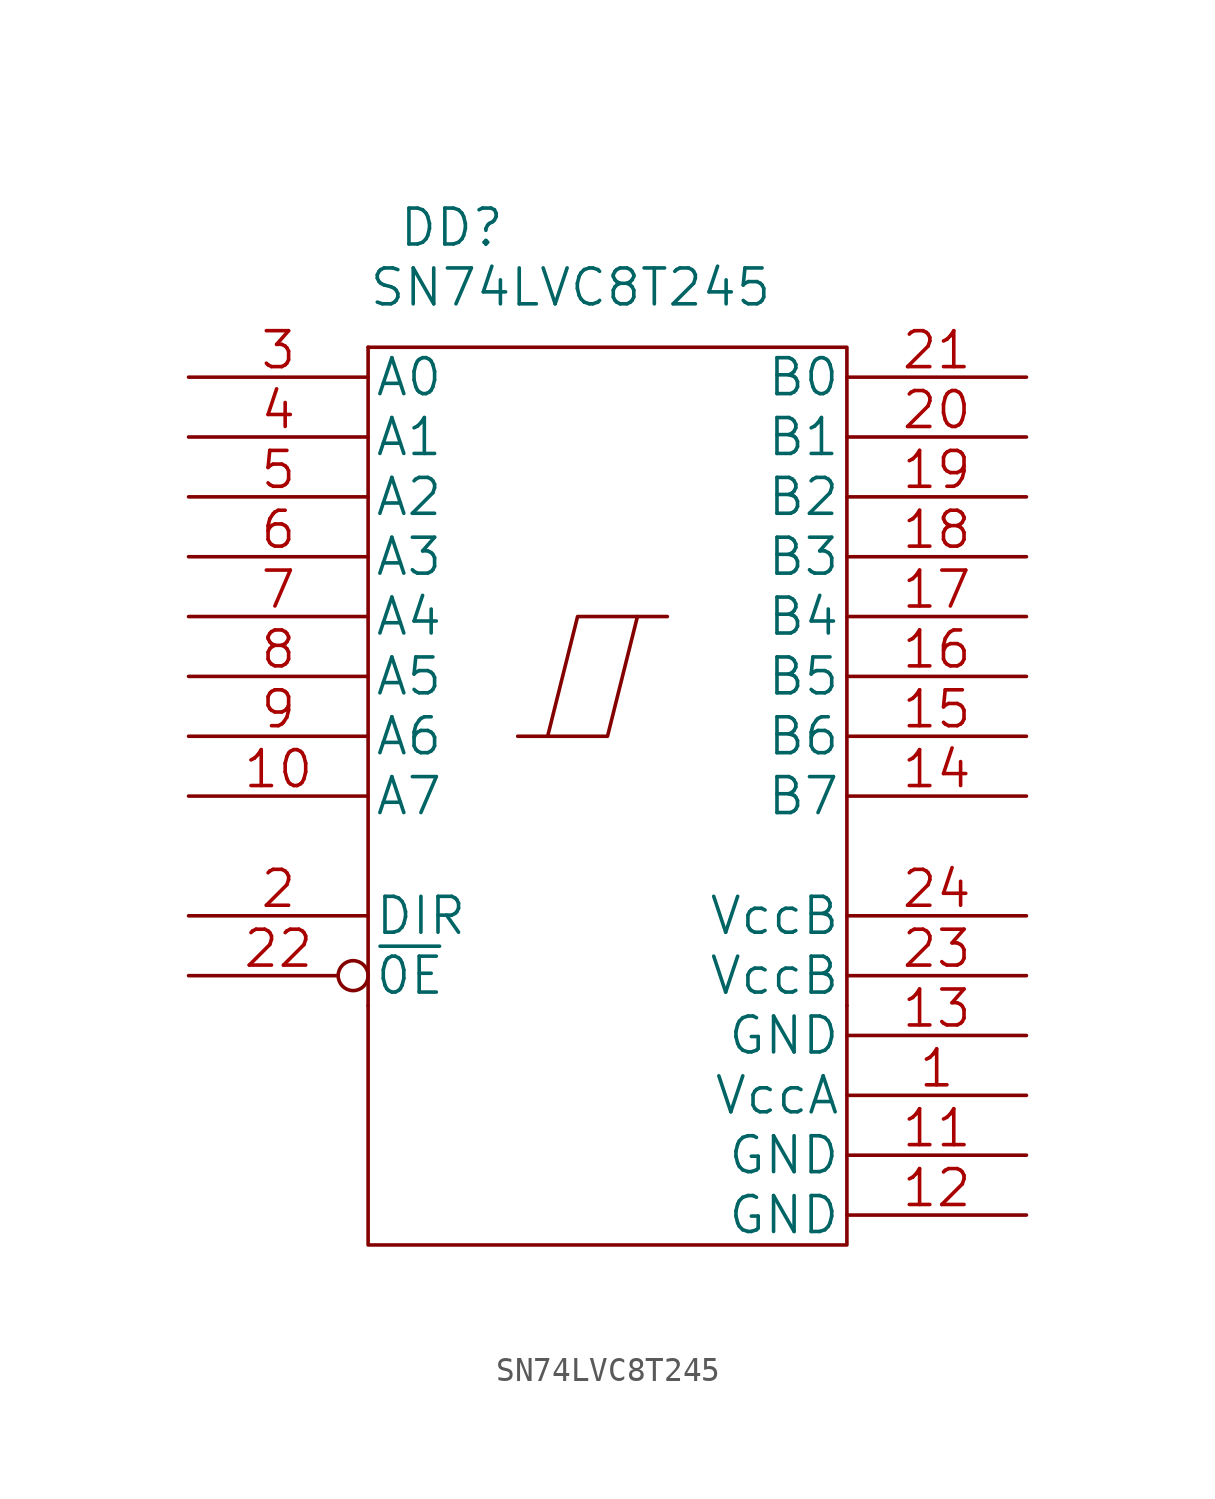
<source format=kicad_sym>
(kicad_symbol_lib
  (version 20211014)
  (generator kicad_symbol_editor)
  (symbol "SN74LVC8T245"
    (pin_names
      (offset 0.254))
    (property "Reference" "DD"
      (at -8.89 19.05 0)
      (effects (font (size 1.524 1.524)) (justify left)))
    (property "Value" "SN74LVC8T245"
      (at -10.16 16.51 0)
      (effects (font (size 1.524 1.524)) (justify left)))
    (property "Footprint" ""
      (at 0 0 0)
      (effects (font (size 1.524 1.524))))
    (property "Datasheet" ""
      (at 0 0 0)
      (effects (font (size 1.524 1.524))))
    (symbol "SN74LVC8T245_0_1"
      (polyline (pts (xy -10.16 -13.97) (xy -10.16 13.97)) (stroke (width 0) (type default) (color 0 0 0 0)) (fill (type none)))
      (polyline (pts (xy -10.16 13.97) (xy 10.16 13.97) (xy 10.16 -13.97)) (stroke (width 0) (type default) (color 0 0 0 0)) (fill (type none)))
      (polyline (pts (xy 1.27 2.54) (xy 0 -2.54) (xy -2.54 -2.54)) (stroke (width 0) (type default) (color 0 0 0 0)) (fill (type none)))
      (polyline (pts (xy -10.16 -13.97) (xy -10.16 -24.13) (xy 10.16 -24.13) (xy 10.16 -13.97)) (stroke (width 0) (type default) (color 0 0 0 0)) (fill (type none)))
      (polyline (pts (xy 2.54 2.54) (xy -1.27 2.54) (xy -2.54 -2.54) (xy -3.81 -2.54)) (stroke (width 0) (type default) (color 0 0 0 0)) (fill (type none))))
    (symbol "SN74LVC8T245_1_1"
      (pin power_in line (at 17.78 -17.78 180) (length 7.62) (name "VccA" (effects (font (size 1.524 1.524)))) (number "1" (effects (font (size 1.524 1.524)))))
      (pin tri_state line (at -17.78 -5.08 0) (length 7.62) (name "A7" (effects (font (size 1.524 1.524)))) (number "10" (effects (font (size 1.524 1.524)))))
      (pin power_in line (at 17.78 -20.32 180) (length 7.62) (name "GND" (effects (font (size 1.524 1.524)))) (number "11" (effects (font (size 1.524 1.524)))))
      (pin power_in line (at 17.78 -22.86 180) (length 7.62) (name "GND" (effects (font (size 1.524 1.524)))) (number "12" (effects (font (size 1.524 1.524)))))
      (pin power_in line (at 17.78 -15.24 180) (length 7.62) (name "GND" (effects (font (size 1.524 1.524)))) (number "13" (effects (font (size 1.524 1.524)))))
      (pin tri_state line (at 17.78 -5.08 180) (length 7.62) (name "B7" (effects (font (size 1.524 1.524)))) (number "14" (effects (font (size 1.524 1.524)))))
      (pin tri_state line (at 17.78 -2.54 180) (length 7.62) (name "B6" (effects (font (size 1.524 1.524)))) (number "15" (effects (font (size 1.524 1.524)))))
      (pin tri_state line (at 17.78 0 180) (length 7.62) (name "B5" (effects (font (size 1.524 1.524)))) (number "16" (effects (font (size 1.524 1.524)))))
      (pin tri_state line (at 17.78 2.54 180) (length 7.62) (name "B4" (effects (font (size 1.524 1.524)))) (number "17" (effects (font (size 1.524 1.524)))))
      (pin tri_state line (at 17.78 5.08 180) (length 7.62) (name "B3" (effects (font (size 1.524 1.524)))) (number "18" (effects (font (size 1.524 1.524)))))
      (pin tri_state line (at 17.78 7.62 180) (length 7.62) (name "B2" (effects (font (size 1.524 1.524)))) (number "19" (effects (font (size 1.524 1.524)))))
      (pin input line (at -17.78 -10.16 0) (length 7.62) (name "DIR" (effects (font (size 1.524 1.524)))) (number "2" (effects (font (size 1.524 1.524)))))
      (pin tri_state line (at 17.78 10.16 180) (length 7.62) (name "B1" (effects (font (size 1.524 1.524)))) (number "20" (effects (font (size 1.524 1.524)))))
      (pin tri_state line (at 17.78 12.7 180) (length 7.62) (name "B0" (effects (font (size 1.524 1.524)))) (number "21" (effects (font (size 1.524 1.524)))))
      (pin input inverted (at -17.78 -12.7 0) (length 7.62) (name "~{0E}" (effects (font (size 1.524 1.524)))) (number "22" (effects (font (size 1.524 1.524)))))
      (pin power_in line (at 17.78 -12.7 180) (length 7.62) (name "VccB" (effects (font (size 1.524 1.524)))) (number "23" (effects (font (size 1.524 1.524)))))
      (pin power_in line (at 17.78 -10.16 180) (length 7.62) (name "VccB" (effects (font (size 1.524 1.524)))) (number "24" (effects (font (size 1.524 1.524)))))
      (pin tri_state line (at -17.78 12.7 0) (length 7.62) (name "A0" (effects (font (size 1.524 1.524)))) (number "3" (effects (font (size 1.524 1.524)))))
      (pin tri_state line (at -17.78 10.16 0) (length 7.62) (name "A1" (effects (font (size 1.524 1.524)))) (number "4" (effects (font (size 1.524 1.524)))))
      (pin tri_state line (at -17.78 7.62 0) (length 7.62) (name "A2" (effects (font (size 1.524 1.524)))) (number "5" (effects (font (size 1.524 1.524)))))
      (pin tri_state line (at -17.78 5.08 0) (length 7.62) (name "A3" (effects (font (size 1.524 1.524)))) (number "6" (effects (font (size 1.524 1.524)))))
      (pin tri_state line (at -17.78 2.54 0) (length 7.62) (name "A4" (effects (font (size 1.524 1.524)))) (number "7" (effects (font (size 1.524 1.524)))))
      (pin tri_state line (at -17.78 0 0) (length 7.62) (name "A5" (effects (font (size 1.524 1.524)))) (number "8" (effects (font (size 1.524 1.524)))))
      (pin tri_state line (at -17.78 -2.54 0) (length 7.62) (name "A6" (effects (font (size 1.524 1.524)))) (number "9" (effects (font (size 1.524 1.524))))))))
</source>
